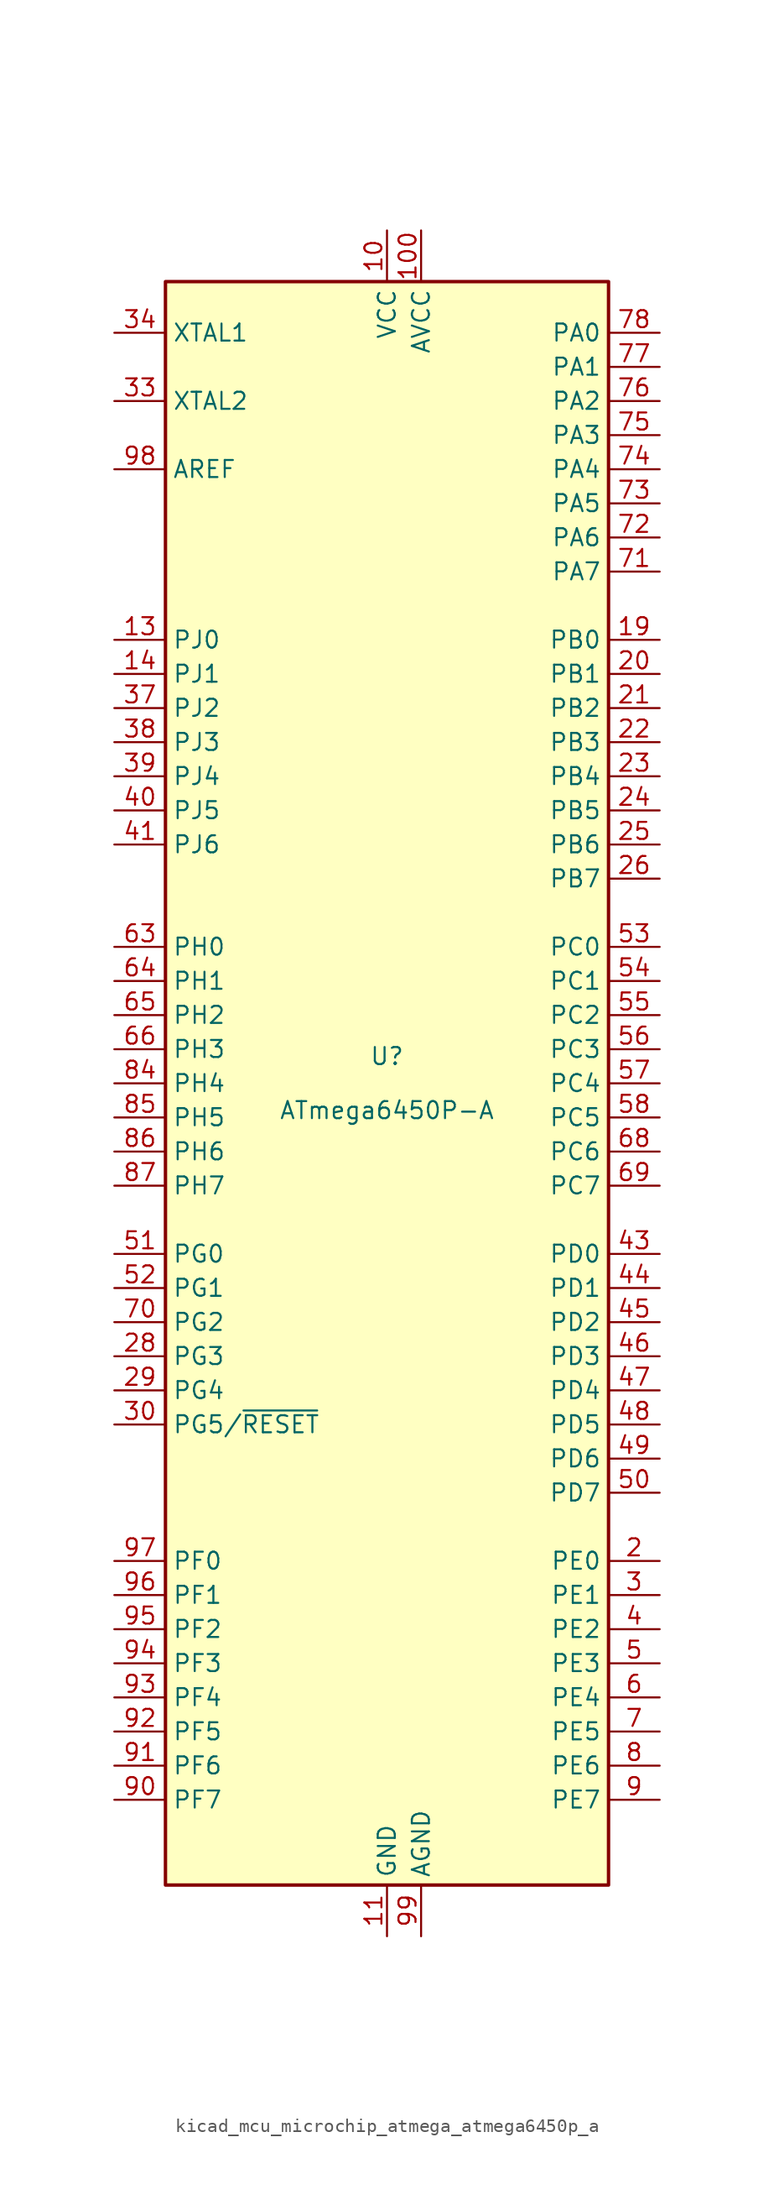
<source format=kicad_sym>
(kicad_symbol_lib
  (version 20220914)
  (generator kicad_symbol_editor)
  (symbol "kicad_mcu_microchip_atmega_atmega6450p_a"
    (property "Reference" "U"
      (at 0 1.27 0)
      (effects (font (size 1.27 1.27)) (justify bottom)))
    (property "Value" "ATmega6450P-A"
      (at 0 -1.27 0)
      (effects (font (size 1.27 1.27)) (justify top)))
    (symbol "kicad_mcu_microchip_atmega_atmega6450p_a_0_1"
      (rectangle (start -16.51 -59.69) (end 16.51 59.69) (stroke (width 0.254) (type default)) (fill (type background))))
    (symbol "kicad_mcu_microchip_atmega_atmega6450p_a_1_1"
      (pin no_connect line (at -15.24 40.64 0) (length 2.54) hide (name "NC" (effects (font (size 1.27 1.27)))) (number "1" (effects (font (size 1.27 1.27)))))
      (pin power_in line (at 0 63.5 270) (length 3.81) (name "VCC" (effects (font (size 1.27 1.27)))) (number "10" (effects (font (size 1.27 1.27)))))
      (pin power_in line (at 2.54 63.5 270) (length 3.81) (name "AVCC" (effects (font (size 1.27 1.27)))) (number "100" (effects (font (size 1.27 1.27)))))
      (pin power_in line (at 0 -63.5 90) (length 3.81) (name "GND" (effects (font (size 1.27 1.27)))) (number "11" (effects (font (size 1.27 1.27)))))
      (pin no_connect line (at -15.24 38.1 0) (length 2.54) hide (name "NC" (effects (font (size 1.27 1.27)))) (number "12" (effects (font (size 1.27 1.27)))))
      (pin bidirectional line (at -20.32 33.02 0) (length 3.81) (name "PJ0" (effects (font (size 1.27 1.27)))) (number "13" (effects (font (size 1.27 1.27)))))
      (pin bidirectional line (at -20.32 30.48 0) (length 3.81) (name "PJ1" (effects (font (size 1.27 1.27)))) (number "14" (effects (font (size 1.27 1.27)))))
      (pin no_connect line (at -15.24 35.56 0) (length 2.54) hide (name "NC" (effects (font (size 1.27 1.27)))) (number "15" (effects (font (size 1.27 1.27)))))
      (pin no_connect line (at -15.24 15.24 0) (length 2.54) hide (name "NC" (effects (font (size 1.27 1.27)))) (number "16" (effects (font (size 1.27 1.27)))))
      (pin no_connect line (at -15.24 12.7 0) (length 2.54) hide (name "NC" (effects (font (size 1.27 1.27)))) (number "17" (effects (font (size 1.27 1.27)))))
      (pin no_connect line (at -15.24 -10.16 0) (length 2.54) hide (name "NC" (effects (font (size 1.27 1.27)))) (number "18" (effects (font (size 1.27 1.27)))))
      (pin bidirectional line (at 20.32 33.02 180) (length 3.81) (name "PB0" (effects (font (size 1.27 1.27)))) (number "19" (effects (font (size 1.27 1.27)))))
      (pin bidirectional line (at 20.32 -35.56 180) (length 3.81) (name "PE0" (effects (font (size 1.27 1.27)))) (number "2" (effects (font (size 1.27 1.27)))))
      (pin bidirectional line (at 20.32 30.48 180) (length 3.81) (name "PB1" (effects (font (size 1.27 1.27)))) (number "20" (effects (font (size 1.27 1.27)))))
      (pin bidirectional line (at 20.32 27.94 180) (length 3.81) (name "PB2" (effects (font (size 1.27 1.27)))) (number "21" (effects (font (size 1.27 1.27)))))
      (pin bidirectional line (at 20.32 25.4 180) (length 3.81) (name "PB3" (effects (font (size 1.27 1.27)))) (number "22" (effects (font (size 1.27 1.27)))))
      (pin bidirectional line (at 20.32 22.86 180) (length 3.81) (name "PB4" (effects (font (size 1.27 1.27)))) (number "23" (effects (font (size 1.27 1.27)))))
      (pin bidirectional line (at 20.32 20.32 180) (length 3.81) (name "PB5" (effects (font (size 1.27 1.27)))) (number "24" (effects (font (size 1.27 1.27)))))
      (pin bidirectional line (at 20.32 17.78 180) (length 3.81) (name "PB6" (effects (font (size 1.27 1.27)))) (number "25" (effects (font (size 1.27 1.27)))))
      (pin bidirectional line (at 20.32 15.24 180) (length 3.81) (name "PB7" (effects (font (size 1.27 1.27)))) (number "26" (effects (font (size 1.27 1.27)))))
      (pin no_connect line (at -15.24 -27.94 0) (length 2.54) hide (name "NC" (effects (font (size 1.27 1.27)))) (number "27" (effects (font (size 1.27 1.27)))))
      (pin bidirectional line (at -20.32 -20.32 0) (length 3.81) (name "PG3" (effects (font (size 1.27 1.27)))) (number "28" (effects (font (size 1.27 1.27)))))
      (pin bidirectional line (at -20.32 -22.86 0) (length 3.81) (name "PG4" (effects (font (size 1.27 1.27)))) (number "29" (effects (font (size 1.27 1.27)))))
      (pin bidirectional line (at 20.32 -38.1 180) (length 3.81) (name "PE1" (effects (font (size 1.27 1.27)))) (number "3" (effects (font (size 1.27 1.27)))))
      (pin bidirectional line (at -20.32 -25.4 0) (length 3.81) (name "PG5/~{RESET}" (effects (font (size 1.27 1.27)))) (number "30" (effects (font (size 1.27 1.27)))))
      (pin passive line (at 0 63.5 270) (length 3.81) hide (name "VCC" (effects (font (size 1.27 1.27)))) (number "31" (effects (font (size 1.27 1.27)))))
      (pin passive line (at 0 -63.5 90) (length 3.81) hide (name "GND" (effects (font (size 1.27 1.27)))) (number "32" (effects (font (size 1.27 1.27)))))
      (pin output line (at -20.32 50.8 0) (length 3.81) (name "XTAL2" (effects (font (size 1.27 1.27)))) (number "33" (effects (font (size 1.27 1.27)))))
      (pin input line (at -20.32 55.88 0) (length 3.81) (name "XTAL1" (effects (font (size 1.27 1.27)))) (number "34" (effects (font (size 1.27 1.27)))))
      (pin no_connect line (at -15.24 -30.48 0) (length 2.54) hide (name "NC" (effects (font (size 1.27 1.27)))) (number "35" (effects (font (size 1.27 1.27)))))
      (pin no_connect line (at -15.24 -33.02 0) (length 2.54) hide (name "NC" (effects (font (size 1.27 1.27)))) (number "36" (effects (font (size 1.27 1.27)))))
      (pin bidirectional line (at -20.32 27.94 0) (length 3.81) (name "PJ2" (effects (font (size 1.27 1.27)))) (number "37" (effects (font (size 1.27 1.27)))))
      (pin bidirectional line (at -20.32 25.4 0) (length 3.81) (name "PJ3" (effects (font (size 1.27 1.27)))) (number "38" (effects (font (size 1.27 1.27)))))
      (pin bidirectional line (at -20.32 22.86 0) (length 3.81) (name "PJ4" (effects (font (size 1.27 1.27)))) (number "39" (effects (font (size 1.27 1.27)))))
      (pin bidirectional line (at 20.32 -40.64 180) (length 3.81) (name "PE2" (effects (font (size 1.27 1.27)))) (number "4" (effects (font (size 1.27 1.27)))))
      (pin bidirectional line (at -20.32 20.32 0) (length 3.81) (name "PJ5" (effects (font (size 1.27 1.27)))) (number "40" (effects (font (size 1.27 1.27)))))
      (pin bidirectional line (at -20.32 17.78 0) (length 3.81) (name "PJ6" (effects (font (size 1.27 1.27)))) (number "41" (effects (font (size 1.27 1.27)))))
      (pin no_connect line (at -15.24 -58.42 90) (length 2.54) hide (name "NC" (effects (font (size 1.27 1.27)))) (number "42" (effects (font (size 1.27 1.27)))))
      (pin bidirectional line (at 20.32 -12.7 180) (length 3.81) (name "PD0" (effects (font (size 1.27 1.27)))) (number "43" (effects (font (size 1.27 1.27)))))
      (pin bidirectional line (at 20.32 -15.24 180) (length 3.81) (name "PD1" (effects (font (size 1.27 1.27)))) (number "44" (effects (font (size 1.27 1.27)))))
      (pin bidirectional line (at 20.32 -17.78 180) (length 3.81) (name "PD2" (effects (font (size 1.27 1.27)))) (number "45" (effects (font (size 1.27 1.27)))))
      (pin bidirectional line (at 20.32 -20.32 180) (length 3.81) (name "PD3" (effects (font (size 1.27 1.27)))) (number "46" (effects (font (size 1.27 1.27)))))
      (pin bidirectional line (at 20.32 -22.86 180) (length 3.81) (name "PD4" (effects (font (size 1.27 1.27)))) (number "47" (effects (font (size 1.27 1.27)))))
      (pin bidirectional line (at 20.32 -25.4 180) (length 3.81) (name "PD5" (effects (font (size 1.27 1.27)))) (number "48" (effects (font (size 1.27 1.27)))))
      (pin bidirectional line (at 20.32 -27.94 180) (length 3.81) (name "PD6" (effects (font (size 1.27 1.27)))) (number "49" (effects (font (size 1.27 1.27)))))
      (pin bidirectional line (at 20.32 -43.18 180) (length 3.81) (name "PE3" (effects (font (size 1.27 1.27)))) (number "5" (effects (font (size 1.27 1.27)))))
      (pin bidirectional line (at 20.32 -30.48 180) (length 3.81) (name "PD7" (effects (font (size 1.27 1.27)))) (number "50" (effects (font (size 1.27 1.27)))))
      (pin bidirectional line (at -20.32 -12.7 0) (length 3.81) (name "PG0" (effects (font (size 1.27 1.27)))) (number "51" (effects (font (size 1.27 1.27)))))
      (pin bidirectional line (at -20.32 -15.24 0) (length 3.81) (name "PG1" (effects (font (size 1.27 1.27)))) (number "52" (effects (font (size 1.27 1.27)))))
      (pin bidirectional line (at 20.32 10.16 180) (length 3.81) (name "PC0" (effects (font (size 1.27 1.27)))) (number "53" (effects (font (size 1.27 1.27)))))
      (pin bidirectional line (at 20.32 7.62 180) (length 3.81) (name "PC1" (effects (font (size 1.27 1.27)))) (number "54" (effects (font (size 1.27 1.27)))))
      (pin bidirectional line (at 20.32 5.08 180) (length 3.81) (name "PC2" (effects (font (size 1.27 1.27)))) (number "55" (effects (font (size 1.27 1.27)))))
      (pin bidirectional line (at 20.32 2.54 180) (length 3.81) (name "PC3" (effects (font (size 1.27 1.27)))) (number "56" (effects (font (size 1.27 1.27)))))
      (pin bidirectional line (at 20.32 0 180) (length 3.81) (name "PC4" (effects (font (size 1.27 1.27)))) (number "57" (effects (font (size 1.27 1.27)))))
      (pin bidirectional line (at 20.32 -2.54 180) (length 3.81) (name "PC5" (effects (font (size 1.27 1.27)))) (number "58" (effects (font (size 1.27 1.27)))))
      (pin no_connect line (at -12.7 -58.42 90) (length 2.54) hide (name "NC" (effects (font (size 1.27 1.27)))) (number "59" (effects (font (size 1.27 1.27)))))
      (pin bidirectional line (at 20.32 -45.72 180) (length 3.81) (name "PE4" (effects (font (size 1.27 1.27)))) (number "6" (effects (font (size 1.27 1.27)))))
      (pin no_connect line (at -10.16 -58.42 90) (length 2.54) hide (name "NC" (effects (font (size 1.27 1.27)))) (number "60" (effects (font (size 1.27 1.27)))))
      (pin no_connect line (at -7.62 -58.42 90) (length 2.54) hide (name "NC" (effects (font (size 1.27 1.27)))) (number "61" (effects (font (size 1.27 1.27)))))
      (pin no_connect line (at -5.08 -58.42 90) (length 2.54) hide (name "NC" (effects (font (size 1.27 1.27)))) (number "62" (effects (font (size 1.27 1.27)))))
      (pin bidirectional line (at -20.32 10.16 0) (length 3.81) (name "PH0" (effects (font (size 1.27 1.27)))) (number "63" (effects (font (size 1.27 1.27)))))
      (pin bidirectional line (at -20.32 7.62 0) (length 3.81) (name "PH1" (effects (font (size 1.27 1.27)))) (number "64" (effects (font (size 1.27 1.27)))))
      (pin bidirectional line (at -20.32 5.08 0) (length 3.81) (name "PH2" (effects (font (size 1.27 1.27)))) (number "65" (effects (font (size 1.27 1.27)))))
      (pin bidirectional line (at -20.32 2.54 0) (length 3.81) (name "PH3" (effects (font (size 1.27 1.27)))) (number "66" (effects (font (size 1.27 1.27)))))
      (pin no_connect line (at -2.54 -58.42 90) (length 2.54) hide (name "NC" (effects (font (size 1.27 1.27)))) (number "67" (effects (font (size 1.27 1.27)))))
      (pin bidirectional line (at 20.32 -5.08 180) (length 3.81) (name "PC6" (effects (font (size 1.27 1.27)))) (number "68" (effects (font (size 1.27 1.27)))))
      (pin bidirectional line (at 20.32 -7.62 180) (length 3.81) (name "PC7" (effects (font (size 1.27 1.27)))) (number "69" (effects (font (size 1.27 1.27)))))
      (pin bidirectional line (at 20.32 -48.26 180) (length 3.81) (name "PE5" (effects (font (size 1.27 1.27)))) (number "7" (effects (font (size 1.27 1.27)))))
      (pin bidirectional line (at -20.32 -17.78 0) (length 3.81) (name "PG2" (effects (font (size 1.27 1.27)))) (number "70" (effects (font (size 1.27 1.27)))))
      (pin bidirectional line (at 20.32 38.1 180) (length 3.81) (name "PA7" (effects (font (size 1.27 1.27)))) (number "71" (effects (font (size 1.27 1.27)))))
      (pin bidirectional line (at 20.32 40.64 180) (length 3.81) (name "PA6" (effects (font (size 1.27 1.27)))) (number "72" (effects (font (size 1.27 1.27)))))
      (pin bidirectional line (at 20.32 43.18 180) (length 3.81) (name "PA5" (effects (font (size 1.27 1.27)))) (number "73" (effects (font (size 1.27 1.27)))))
      (pin bidirectional line (at 20.32 45.72 180) (length 3.81) (name "PA4" (effects (font (size 1.27 1.27)))) (number "74" (effects (font (size 1.27 1.27)))))
      (pin bidirectional line (at 20.32 48.26 180) (length 3.81) (name "PA3" (effects (font (size 1.27 1.27)))) (number "75" (effects (font (size 1.27 1.27)))))
      (pin bidirectional line (at 20.32 50.8 180) (length 3.81) (name "PA2" (effects (font (size 1.27 1.27)))) (number "76" (effects (font (size 1.27 1.27)))))
      (pin bidirectional line (at 20.32 53.34 180) (length 3.81) (name "PA1" (effects (font (size 1.27 1.27)))) (number "77" (effects (font (size 1.27 1.27)))))
      (pin bidirectional line (at 20.32 55.88 180) (length 3.81) (name "PA0" (effects (font (size 1.27 1.27)))) (number "78" (effects (font (size 1.27 1.27)))))
      (pin no_connect line (at 5.08 -58.42 90) (length 2.54) hide (name "NC" (effects (font (size 1.27 1.27)))) (number "79" (effects (font (size 1.27 1.27)))))
      (pin bidirectional line (at 20.32 -50.8 180) (length 3.81) (name "PE6" (effects (font (size 1.27 1.27)))) (number "8" (effects (font (size 1.27 1.27)))))
      (pin passive line (at 0 63.5 270) (length 3.81) hide (name "VCC" (effects (font (size 1.27 1.27)))) (number "80" (effects (font (size 1.27 1.27)))))
      (pin passive line (at 0 -63.5 90) (length 3.81) hide (name "GND" (effects (font (size 1.27 1.27)))) (number "81" (effects (font (size 1.27 1.27)))))
      (pin no_connect line (at 7.62 -58.42 90) (length 2.54) hide (name "NC" (effects (font (size 1.27 1.27)))) (number "82" (effects (font (size 1.27 1.27)))))
      (pin no_connect line (at 10.16 -58.42 90) (length 2.54) hide (name "NC" (effects (font (size 1.27 1.27)))) (number "83" (effects (font (size 1.27 1.27)))))
      (pin bidirectional line (at -20.32 0 0) (length 3.81) (name "PH4" (effects (font (size 1.27 1.27)))) (number "84" (effects (font (size 1.27 1.27)))))
      (pin bidirectional line (at -20.32 -2.54 0) (length 3.81) (name "PH5" (effects (font (size 1.27 1.27)))) (number "85" (effects (font (size 1.27 1.27)))))
      (pin bidirectional line (at -20.32 -5.08 0) (length 3.81) (name "PH6" (effects (font (size 1.27 1.27)))) (number "86" (effects (font (size 1.27 1.27)))))
      (pin bidirectional line (at -20.32 -7.62 0) (length 3.81) (name "PH7" (effects (font (size 1.27 1.27)))) (number "87" (effects (font (size 1.27 1.27)))))
      (pin no_connect line (at 12.7 -58.42 90) (length 2.54) hide (name "NC" (effects (font (size 1.27 1.27)))) (number "88" (effects (font (size 1.27 1.27)))))
      (pin no_connect line (at 15.24 -58.42 90) (length 2.54) hide (name "NC" (effects (font (size 1.27 1.27)))) (number "89" (effects (font (size 1.27 1.27)))))
      (pin bidirectional line (at 20.32 -53.34 180) (length 3.81) (name "PE7" (effects (font (size 1.27 1.27)))) (number "9" (effects (font (size 1.27 1.27)))))
      (pin bidirectional line (at -20.32 -53.34 0) (length 3.81) (name "PF7" (effects (font (size 1.27 1.27)))) (number "90" (effects (font (size 1.27 1.27)))))
      (pin bidirectional line (at -20.32 -50.8 0) (length 3.81) (name "PF6" (effects (font (size 1.27 1.27)))) (number "91" (effects (font (size 1.27 1.27)))))
      (pin bidirectional line (at -20.32 -48.26 0) (length 3.81) (name "PF5" (effects (font (size 1.27 1.27)))) (number "92" (effects (font (size 1.27 1.27)))))
      (pin bidirectional line (at -20.32 -45.72 0) (length 3.81) (name "PF4" (effects (font (size 1.27 1.27)))) (number "93" (effects (font (size 1.27 1.27)))))
      (pin bidirectional line (at -20.32 -43.18 0) (length 3.81) (name "PF3" (effects (font (size 1.27 1.27)))) (number "94" (effects (font (size 1.27 1.27)))))
      (pin bidirectional line (at -20.32 -40.64 0) (length 3.81) (name "PF2" (effects (font (size 1.27 1.27)))) (number "95" (effects (font (size 1.27 1.27)))))
      (pin bidirectional line (at -20.32 -38.1 0) (length 3.81) (name "PF1" (effects (font (size 1.27 1.27)))) (number "96" (effects (font (size 1.27 1.27)))))
      (pin bidirectional line (at -20.32 -35.56 0) (length 3.81) (name "PF0" (effects (font (size 1.27 1.27)))) (number "97" (effects (font (size 1.27 1.27)))))
      (pin passive line (at -20.32 45.72 0) (length 3.81) (name "AREF" (effects (font (size 1.27 1.27)))) (number "98" (effects (font (size 1.27 1.27)))))
      (pin power_in line (at 2.54 -63.5 90) (length 3.81) (name "AGND" (effects (font (size 1.27 1.27)))) (number "99" (effects (font (size 1.27 1.27))))))))
</source>
